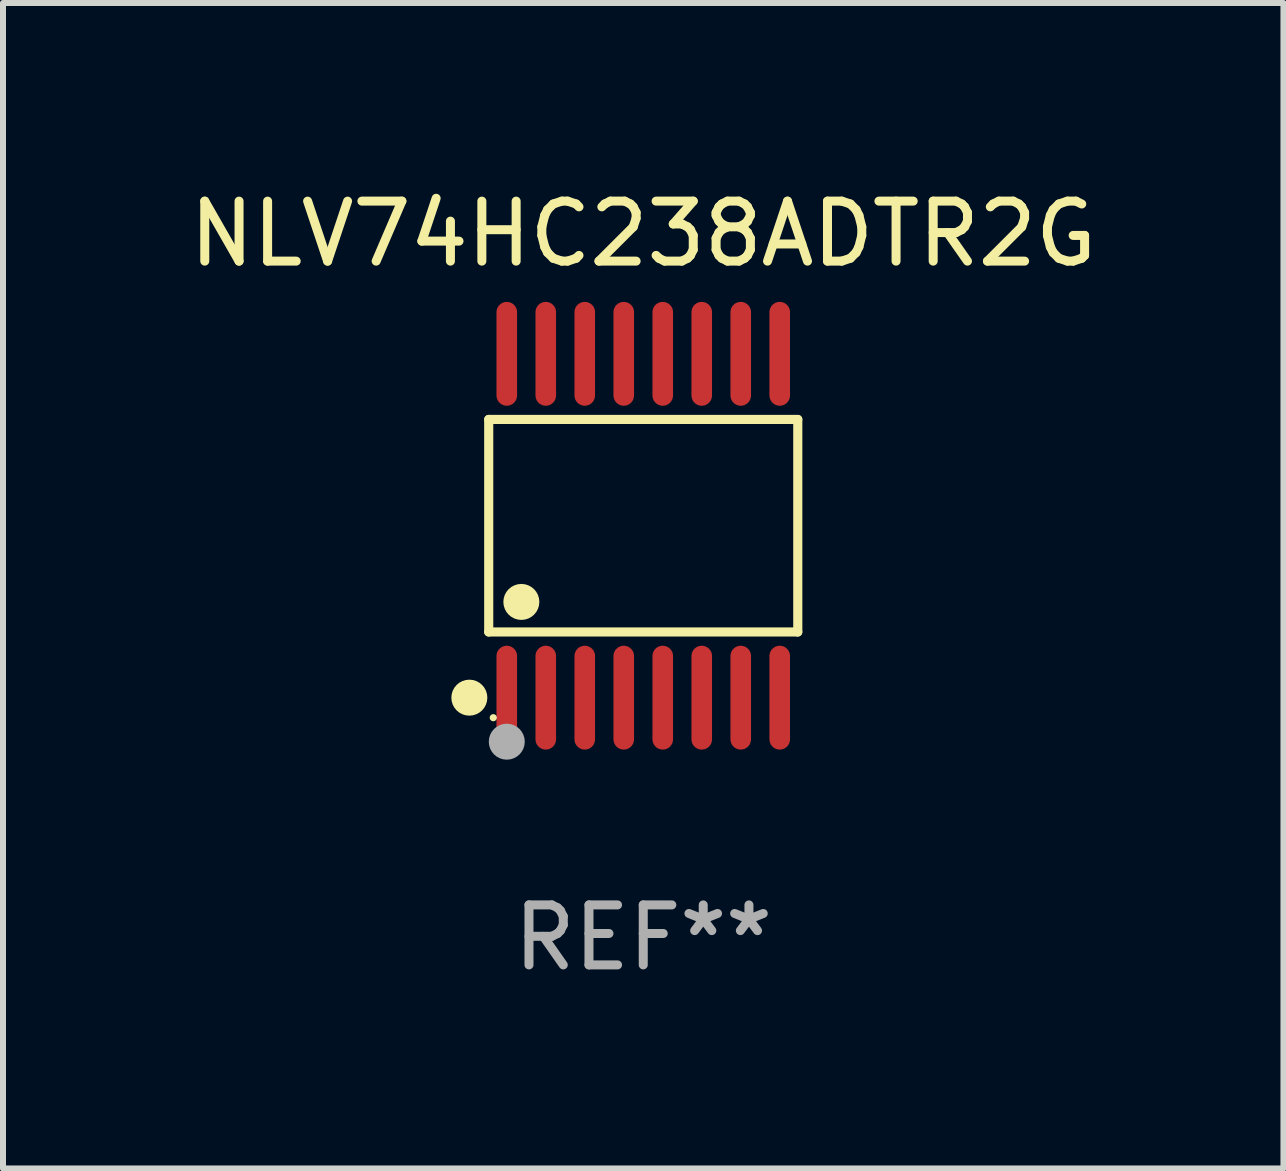
<source format=kicad_pcb>
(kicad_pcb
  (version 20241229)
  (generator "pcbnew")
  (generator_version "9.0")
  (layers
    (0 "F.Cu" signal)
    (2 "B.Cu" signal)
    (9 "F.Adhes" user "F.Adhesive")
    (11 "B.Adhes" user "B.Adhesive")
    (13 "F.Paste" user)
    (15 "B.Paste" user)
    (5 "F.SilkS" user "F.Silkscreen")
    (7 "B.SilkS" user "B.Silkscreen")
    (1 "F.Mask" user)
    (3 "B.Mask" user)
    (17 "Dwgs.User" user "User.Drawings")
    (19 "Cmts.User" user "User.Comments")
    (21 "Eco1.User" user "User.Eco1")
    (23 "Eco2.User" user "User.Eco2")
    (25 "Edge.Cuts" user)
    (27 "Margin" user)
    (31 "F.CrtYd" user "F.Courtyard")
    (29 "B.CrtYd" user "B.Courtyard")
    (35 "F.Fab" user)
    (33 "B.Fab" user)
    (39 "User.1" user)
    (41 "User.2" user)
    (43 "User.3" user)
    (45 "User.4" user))
  (footprint "NLV74HC238ADTR2G"
    (layer "F.Cu")
    (at 7.673 5.714)
    (property "Reference" "NLV74HC238ADTR2G" (at 0 -4.866 0) (layer "F.SilkS") (effects (font (size 1 1) (thickness 0.15))))
    (attr through_hole)
    (fp_line (start -2.576 -1.772) (end 2.576 -1.772) (stroke (width 0.152) (type solid)) (layer "F.SilkS"))
    (fp_line (start -2.576 1.771) (end -2.576 -1.772) (stroke (width 0.152) (type solid)) (layer "F.SilkS"))
    (fp_line (start 2.576 -1.772) (end 2.576 1.771) (stroke (width 0.152) (type solid)) (layer "F.SilkS"))
    (fp_line (start 2.576 1.771) (end -2.576 1.771) (stroke (width 0.152) (type solid)) (layer "F.SilkS"))
    (fp_circle (center -2.899 2.866) (end -2.749 2.866) (stroke (width 0.3) (type solid)) (fill no) (layer "F.SilkS"))
    (fp_circle (center -2.5 3.2) (end -2.47 3.2) (stroke (width 0.06) (type solid)) (fill no) (layer "F.SilkS"))
    (fp_circle (center -2.032 1.27) (end -1.882 1.27) (stroke (width 0.3) (type solid)) (fill no) (layer "F.SilkS"))
    (fp_circle (center -2.275 3.6) (end -2.125 3.6) (stroke (width 0.3) (type solid)) (fill no) (layer "F.Fab"))
    (fp_text user "REF**" (at 0 6.866 0) (layer "F.Fab") (effects (font (size 1 1) (thickness 0.15))))
    (pad "1" smd oval (at -2.275 2.866) (size 0.343 1.731) (layers "F.Cu" "F.Mask" "F.Paste"))
    (pad "2" smd oval (at -1.625 2.866) (size 0.343 1.731) (layers "F.Cu" "F.Mask" "F.Paste"))
    (pad "3" smd oval (at -0.975 2.866) (size 0.343 1.731) (layers "F.Cu" "F.Mask" "F.Paste"))
    (pad "4" smd oval (at -0.325 2.866) (size 0.343 1.731) (layers "F.Cu" "F.Mask" "F.Paste"))
    (pad "5" smd oval (at 0.325 2.866) (size 0.343 1.731) (layers "F.Cu" "F.Mask" "F.Paste"))
    (pad "6" smd oval (at 0.975 2.866) (size 0.343 1.731) (layers "F.Cu" "F.Mask" "F.Paste"))
    (pad "7" smd oval (at 1.625 2.866) (size 0.343 1.731) (layers "F.Cu" "F.Mask" "F.Paste"))
    (pad "8" smd oval (at 2.275 2.866) (size 0.343 1.731) (layers "F.Cu" "F.Mask" "F.Paste"))
    (pad "9" smd oval (at 2.275 -2.866) (size 0.343 1.731) (layers "F.Cu" "F.Mask" "F.Paste"))
    (pad "10" smd oval (at 1.625 -2.866) (size 0.343 1.731) (layers "F.Cu" "F.Mask" "F.Paste"))
    (pad "11" smd oval (at 0.975 -2.866) (size 0.343 1.731) (layers "F.Cu" "F.Mask" "F.Paste"))
    (pad "12" smd oval (at 0.325 -2.866) (size 0.343 1.731) (layers "F.Cu" "F.Mask" "F.Paste"))
    (pad "13" smd oval (at -0.325 -2.866) (size 0.343 1.731) (layers "F.Cu" "F.Mask" "F.Paste"))
    (pad "14" smd oval (at -0.975 -2.866) (size 0.343 1.731) (layers "F.Cu" "F.Mask" "F.Paste"))
    (pad "15" smd oval (at -1.625 -2.866) (size 0.343 1.731) (layers "F.Cu" "F.Mask" "F.Paste"))
    (pad "16" smd oval (at -2.275 -2.866) (size 0.343 1.731) (layers "F.Cu" "F.Mask" "F.Paste")))
  (gr_rect
    (start -3 -3)
    (end 18.345 16.428)
    (stroke (width 0.1) (type default))
    (fill no)
    (layer "Edge.Cuts")))
</source>
